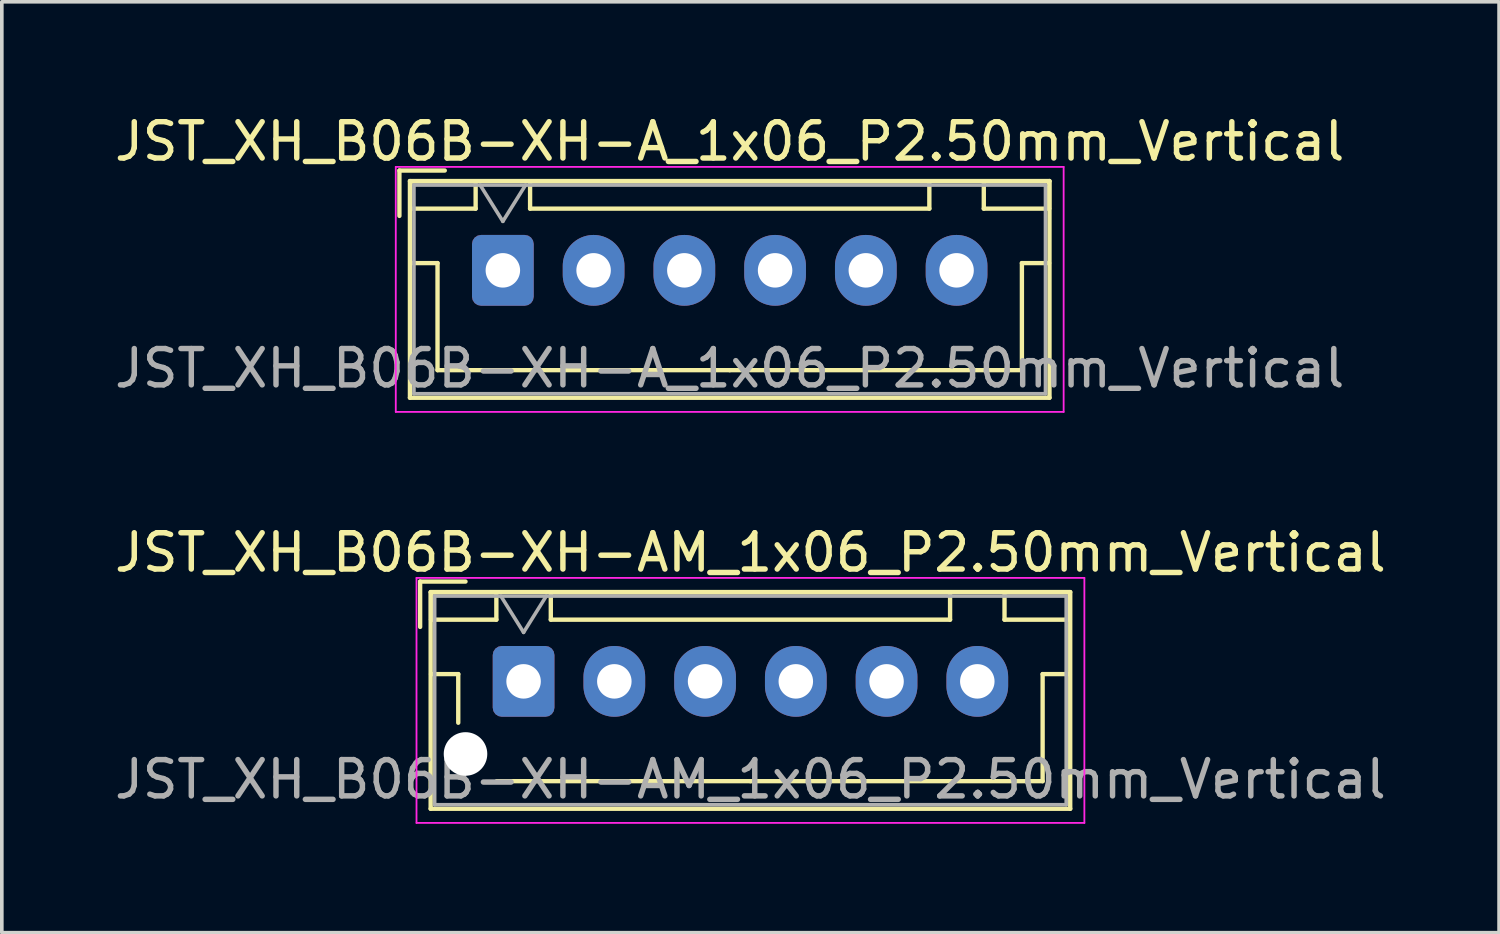
<source format=kicad_pcb>
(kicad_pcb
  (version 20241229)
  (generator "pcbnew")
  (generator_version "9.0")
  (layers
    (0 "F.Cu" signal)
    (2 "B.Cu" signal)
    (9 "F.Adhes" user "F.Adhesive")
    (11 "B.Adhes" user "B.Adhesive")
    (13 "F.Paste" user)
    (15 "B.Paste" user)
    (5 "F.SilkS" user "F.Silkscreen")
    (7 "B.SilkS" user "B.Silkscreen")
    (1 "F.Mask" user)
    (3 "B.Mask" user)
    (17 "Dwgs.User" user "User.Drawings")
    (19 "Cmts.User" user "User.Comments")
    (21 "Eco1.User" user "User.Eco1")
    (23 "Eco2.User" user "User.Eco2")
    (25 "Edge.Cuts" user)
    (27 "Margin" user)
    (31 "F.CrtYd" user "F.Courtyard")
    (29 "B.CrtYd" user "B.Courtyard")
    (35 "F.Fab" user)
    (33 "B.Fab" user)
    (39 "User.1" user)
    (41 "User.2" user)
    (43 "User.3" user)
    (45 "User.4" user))
  (footprint "JST_XH_B06B-XH-AM_1x06_P2.50mm_Vertical"
    (layer "F.Cu")
    (at 11.375 15.722)
    (property "Reference" "JST_XH_B06B-XH-AM_1x06_P2.50mm_Vertical" (at 6.25 -3.55 0) (layer "F.SilkS") (effects (font (size 1 1) (thickness 0.15))))
    (attr through_hole)
    (fp_line (start -2.85 -2.75) (end -2.85 -1.5) (stroke (width 0.12) (type solid)) (layer "F.SilkS"))
    (fp_line (start -2.56 -2.46) (end -2.56 3.51) (stroke (width 0.12) (type solid)) (layer "F.SilkS"))
    (fp_line (start -2.56 3.51) (end 15.06 3.51) (stroke (width 0.12) (type solid)) (layer "F.SilkS"))
    (fp_line (start -2.55 -2.45) (end -2.55 -1.7) (stroke (width 0.12) (type solid)) (layer "F.SilkS"))
    (fp_line (start -2.55 -1.7) (end -0.75 -1.7) (stroke (width 0.12) (type solid)) (layer "F.SilkS"))
    (fp_line (start -2.55 -0.2) (end -1.8 -0.2) (stroke (width 0.12) (type solid)) (layer "F.SilkS"))
    (fp_line (start -1.8 -0.2) (end -1.8 1.14) (stroke (width 0.12) (type solid)) (layer "F.SilkS"))
    (fp_line (start -1.6 -2.75) (end -2.85 -2.75) (stroke (width 0.12) (type solid)) (layer "F.SilkS"))
    (fp_line (start -0.75 -2.45) (end -2.55 -2.45) (stroke (width 0.12) (type solid)) (layer "F.SilkS"))
    (fp_line (start -0.75 -1.7) (end -0.75 -2.45) (stroke (width 0.12) (type solid)) (layer "F.SilkS"))
    (fp_line (start 0.75 -2.45) (end 0.75 -1.7) (stroke (width 0.12) (type solid)) (layer "F.SilkS"))
    (fp_line (start 0.75 -1.7) (end 11.75 -1.7) (stroke (width 0.12) (type solid)) (layer "F.SilkS"))
    (fp_line (start 6.25 2.75) (end -0.74 2.75) (stroke (width 0.12) (type solid)) (layer "F.SilkS"))
    (fp_line (start 11.75 -2.45) (end 0.75 -2.45) (stroke (width 0.12) (type solid)) (layer "F.SilkS"))
    (fp_line (start 11.75 -1.7) (end 11.75 -2.45) (stroke (width 0.12) (type solid)) (layer "F.SilkS"))
    (fp_line (start 13.25 -2.45) (end 13.25 -1.7) (stroke (width 0.12) (type solid)) (layer "F.SilkS"))
    (fp_line (start 13.25 -1.7) (end 15.05 -1.7) (stroke (width 0.12) (type solid)) (layer "F.SilkS"))
    (fp_line (start 14.3 -0.2) (end 14.3 2.75) (stroke (width 0.12) (type solid)) (layer "F.SilkS"))
    (fp_line (start 14.3 2.75) (end 6.25 2.75) (stroke (width 0.12) (type solid)) (layer "F.SilkS"))
    (fp_line (start 15.05 -2.45) (end 13.25 -2.45) (stroke (width 0.12) (type solid)) (layer "F.SilkS"))
    (fp_line (start 15.05 -1.7) (end 15.05 -2.45) (stroke (width 0.12) (type solid)) (layer "F.SilkS"))
    (fp_line (start 15.05 -0.2) (end 14.3 -0.2) (stroke (width 0.12) (type solid)) (layer "F.SilkS"))
    (fp_line (start 15.06 -2.46) (end -2.56 -2.46) (stroke (width 0.12) (type solid)) (layer "F.SilkS"))
    (fp_line (start 15.06 3.51) (end 15.06 -2.46) (stroke (width 0.12) (type solid)) (layer "F.SilkS"))
    (fp_line (start -2.95 -2.85) (end -2.95 3.9) (stroke (width 0.05) (type solid)) (layer "F.CrtYd"))
    (fp_line (start -2.95 3.9) (end 15.45 3.9) (stroke (width 0.05) (type solid)) (layer "F.CrtYd"))
    (fp_line (start 15.45 -2.85) (end -2.95 -2.85) (stroke (width 0.05) (type solid)) (layer "F.CrtYd"))
    (fp_line (start 15.45 3.9) (end 15.45 -2.85) (stroke (width 0.05) (type solid)) (layer "F.CrtYd"))
    (fp_line (start -2.45 -2.35) (end -2.45 3.4) (stroke (width 0.1) (type solid)) (layer "F.Fab"))
    (fp_line (start -2.45 3.4) (end 14.95 3.4) (stroke (width 0.1) (type solid)) (layer "F.Fab"))
    (fp_line (start -0.625 -2.35) (end 0 -1.35) (stroke (width 0.1) (type solid)) (layer "F.Fab"))
    (fp_line (start 0 -1.35) (end 0.625 -2.35) (stroke (width 0.1) (type solid)) (layer "F.Fab"))
    (fp_line (start 14.95 -2.35) (end -2.45 -2.35) (stroke (width 0.1) (type solid)) (layer "F.Fab"))
    (fp_line (start 14.95 3.4) (end 14.95 -2.35) (stroke (width 0.1) (type solid)) (layer "F.Fab"))
    (fp_text user "${REFERENCE}" (at 6.25 2.7 0) (layer "F.Fab") (effects (font (size 1 1) (thickness 0.15))))
    (pad "" np_thru_hole circle (at -1.6 2) (size 1.2 1.2) (drill 1.2) (layers "*.Cu" "*.Mask"))
    (pad "1" thru_hole roundrect (at 0 0) (size 1.7 1.95) (drill 0.95) (layers "*.Cu" "*.Mask") (roundrect_rratio 0.147))
    (pad "2" thru_hole oval (at 2.5 0) (size 1.7 1.95) (drill 0.95) (layers "*.Cu" "*.Mask"))
    (pad "3" thru_hole oval (at 5 0) (size 1.7 1.95) (drill 0.95) (layers "*.Cu" "*.Mask"))
    (pad "4" thru_hole oval (at 7.5 0) (size 1.7 1.95) (drill 0.95) (layers "*.Cu" "*.Mask"))
    (pad "5" thru_hole oval (at 10 0) (size 1.7 1.95) (drill 0.95) (layers "*.Cu" "*.Mask"))
    (pad "6" thru_hole oval (at 12.5 0) (size 1.7 1.95) (drill 0.95) (layers "*.Cu" "*.Mask")))
  (footprint "JST_XH_B06B-XH-A_1x06_P2.50mm_Vertical"
    (layer "F.Cu")
    (at 10.804 4.398)
    (property "Reference" "JST_XH_B06B-XH-A_1x06_P2.50mm_Vertical" (at 6.25 -3.55 0) (layer "F.SilkS") (effects (font (size 1 1) (thickness 0.15))))
    (attr through_hole)
    (fp_line (start -2.85 -2.75) (end -2.85 -1.5) (stroke (width 0.12) (type solid)) (layer "F.SilkS"))
    (fp_line (start -2.56 -2.46) (end -2.56 3.51) (stroke (width 0.12) (type solid)) (layer "F.SilkS"))
    (fp_line (start -2.56 3.51) (end 15.06 3.51) (stroke (width 0.12) (type solid)) (layer "F.SilkS"))
    (fp_line (start -2.55 -2.45) (end -2.55 -1.7) (stroke (width 0.12) (type solid)) (layer "F.SilkS"))
    (fp_line (start -2.55 -1.7) (end -0.75 -1.7) (stroke (width 0.12) (type solid)) (layer "F.SilkS"))
    (fp_line (start -2.55 -0.2) (end -1.8 -0.2) (stroke (width 0.12) (type solid)) (layer "F.SilkS"))
    (fp_line (start -1.8 -0.2) (end -1.8 2.75) (stroke (width 0.12) (type solid)) (layer "F.SilkS"))
    (fp_line (start -1.8 2.75) (end 6.25 2.75) (stroke (width 0.12) (type solid)) (layer "F.SilkS"))
    (fp_line (start -1.6 -2.75) (end -2.85 -2.75) (stroke (width 0.12) (type solid)) (layer "F.SilkS"))
    (fp_line (start -0.75 -2.45) (end -2.55 -2.45) (stroke (width 0.12) (type solid)) (layer "F.SilkS"))
    (fp_line (start -0.75 -1.7) (end -0.75 -2.45) (stroke (width 0.12) (type solid)) (layer "F.SilkS"))
    (fp_line (start 0.75 -2.45) (end 0.75 -1.7) (stroke (width 0.12) (type solid)) (layer "F.SilkS"))
    (fp_line (start 0.75 -1.7) (end 11.75 -1.7) (stroke (width 0.12) (type solid)) (layer "F.SilkS"))
    (fp_line (start 11.75 -2.45) (end 0.75 -2.45) (stroke (width 0.12) (type solid)) (layer "F.SilkS"))
    (fp_line (start 11.75 -1.7) (end 11.75 -2.45) (stroke (width 0.12) (type solid)) (layer "F.SilkS"))
    (fp_line (start 13.25 -2.45) (end 13.25 -1.7) (stroke (width 0.12) (type solid)) (layer "F.SilkS"))
    (fp_line (start 13.25 -1.7) (end 15.05 -1.7) (stroke (width 0.12) (type solid)) (layer "F.SilkS"))
    (fp_line (start 14.3 -0.2) (end 14.3 2.75) (stroke (width 0.12) (type solid)) (layer "F.SilkS"))
    (fp_line (start 14.3 2.75) (end 6.25 2.75) (stroke (width 0.12) (type solid)) (layer "F.SilkS"))
    (fp_line (start 15.05 -2.45) (end 13.25 -2.45) (stroke (width 0.12) (type solid)) (layer "F.SilkS"))
    (fp_line (start 15.05 -1.7) (end 15.05 -2.45) (stroke (width 0.12) (type solid)) (layer "F.SilkS"))
    (fp_line (start 15.05 -0.2) (end 14.3 -0.2) (stroke (width 0.12) (type solid)) (layer "F.SilkS"))
    (fp_line (start 15.06 -2.46) (end -2.56 -2.46) (stroke (width 0.12) (type solid)) (layer "F.SilkS"))
    (fp_line (start 15.06 3.51) (end 15.06 -2.46) (stroke (width 0.12) (type solid)) (layer "F.SilkS"))
    (fp_line (start -2.95 -2.85) (end -2.95 3.9) (stroke (width 0.05) (type solid)) (layer "F.CrtYd"))
    (fp_line (start -2.95 3.9) (end 15.45 3.9) (stroke (width 0.05) (type solid)) (layer "F.CrtYd"))
    (fp_line (start 15.45 -2.85) (end -2.95 -2.85) (stroke (width 0.05) (type solid)) (layer "F.CrtYd"))
    (fp_line (start 15.45 3.9) (end 15.45 -2.85) (stroke (width 0.05) (type solid)) (layer "F.CrtYd"))
    (fp_line (start -2.45 -2.35) (end -2.45 3.4) (stroke (width 0.1) (type solid)) (layer "F.Fab"))
    (fp_line (start -2.45 3.4) (end 14.95 3.4) (stroke (width 0.1) (type solid)) (layer "F.Fab"))
    (fp_line (start -0.625 -2.35) (end 0 -1.35) (stroke (width 0.1) (type solid)) (layer "F.Fab"))
    (fp_line (start 0 -1.35) (end 0.625 -2.35) (stroke (width 0.1) (type solid)) (layer "F.Fab"))
    (fp_line (start 14.95 -2.35) (end -2.45 -2.35) (stroke (width 0.1) (type solid)) (layer "F.Fab"))
    (fp_line (start 14.95 3.4) (end 14.95 -2.35) (stroke (width 0.1) (type solid)) (layer "F.Fab"))
    (fp_text user "${REFERENCE}" (at 6.25 2.7 0) (layer "F.Fab") (effects (font (size 1 1) (thickness 0.15))))
    (pad "1" thru_hole roundrect (at 0 0) (size 1.7 1.95) (drill 0.95) (layers "*.Cu" "*.Mask") (roundrect_rratio 0.147))
    (pad "2" thru_hole oval (at 2.5 0) (size 1.7 1.95) (drill 0.95) (layers "*.Cu" "*.Mask"))
    (pad "3" thru_hole oval (at 5 0) (size 1.7 1.95) (drill 0.95) (layers "*.Cu" "*.Mask"))
    (pad "4" thru_hole oval (at 7.5 0) (size 1.7 1.95) (drill 0.95) (layers "*.Cu" "*.Mask"))
    (pad "5" thru_hole oval (at 10 0) (size 1.7 1.95) (drill 0.95) (layers "*.Cu" "*.Mask"))
    (pad "6" thru_hole oval (at 12.5 0) (size 1.7 1.95) (drill 0.95) (layers "*.Cu" "*.Mask")))
  (gr_rect
    (start -3 -3)
    (end 38.25 22.646)
    (stroke (width 0.1) (type default))
    (fill no)
    (layer "Edge.Cuts")))
</source>
